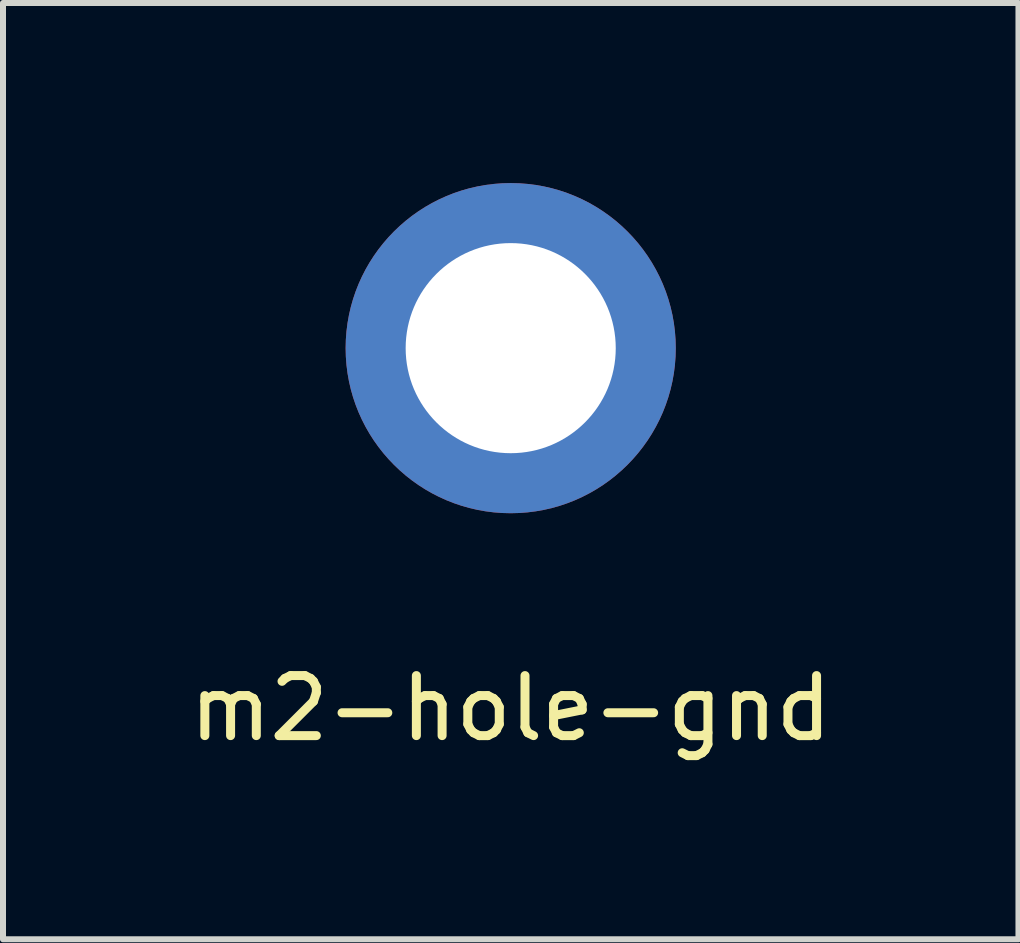
<source format=kicad_pcb>
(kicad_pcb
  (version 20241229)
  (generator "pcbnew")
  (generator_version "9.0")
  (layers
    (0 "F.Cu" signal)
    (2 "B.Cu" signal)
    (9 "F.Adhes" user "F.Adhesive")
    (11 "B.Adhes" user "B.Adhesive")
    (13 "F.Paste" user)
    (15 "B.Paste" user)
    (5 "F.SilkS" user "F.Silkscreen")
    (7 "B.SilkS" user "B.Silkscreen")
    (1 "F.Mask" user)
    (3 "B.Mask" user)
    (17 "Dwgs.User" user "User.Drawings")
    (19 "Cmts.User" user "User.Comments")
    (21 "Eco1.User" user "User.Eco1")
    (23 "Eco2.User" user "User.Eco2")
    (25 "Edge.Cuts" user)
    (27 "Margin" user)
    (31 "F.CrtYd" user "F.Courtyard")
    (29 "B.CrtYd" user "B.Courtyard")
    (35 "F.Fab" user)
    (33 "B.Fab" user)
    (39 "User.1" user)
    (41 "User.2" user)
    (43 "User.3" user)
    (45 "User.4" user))
  (footprint "m2-hole-gnd"
    (layer "F.Cu")
    (at 5.458 2.75)
    (property "Reference" "m2-hole-gnd" (at 0 6 0) (layer "F.SilkS") (effects (font (size 1 1) (thickness 0.15))))
    (attr through_hole)
    (pad "1" thru_hole circle (at 0 0) (size 5.5 5.5) (drill 3.5) (layers "*.Cu" "*.Mask")))
  (gr_rect
    (start -3 -3)
    (end 13.917 12.598)
    (stroke (width 0.1) (type default))
    (fill no)
    (layer "Edge.Cuts")))
</source>
